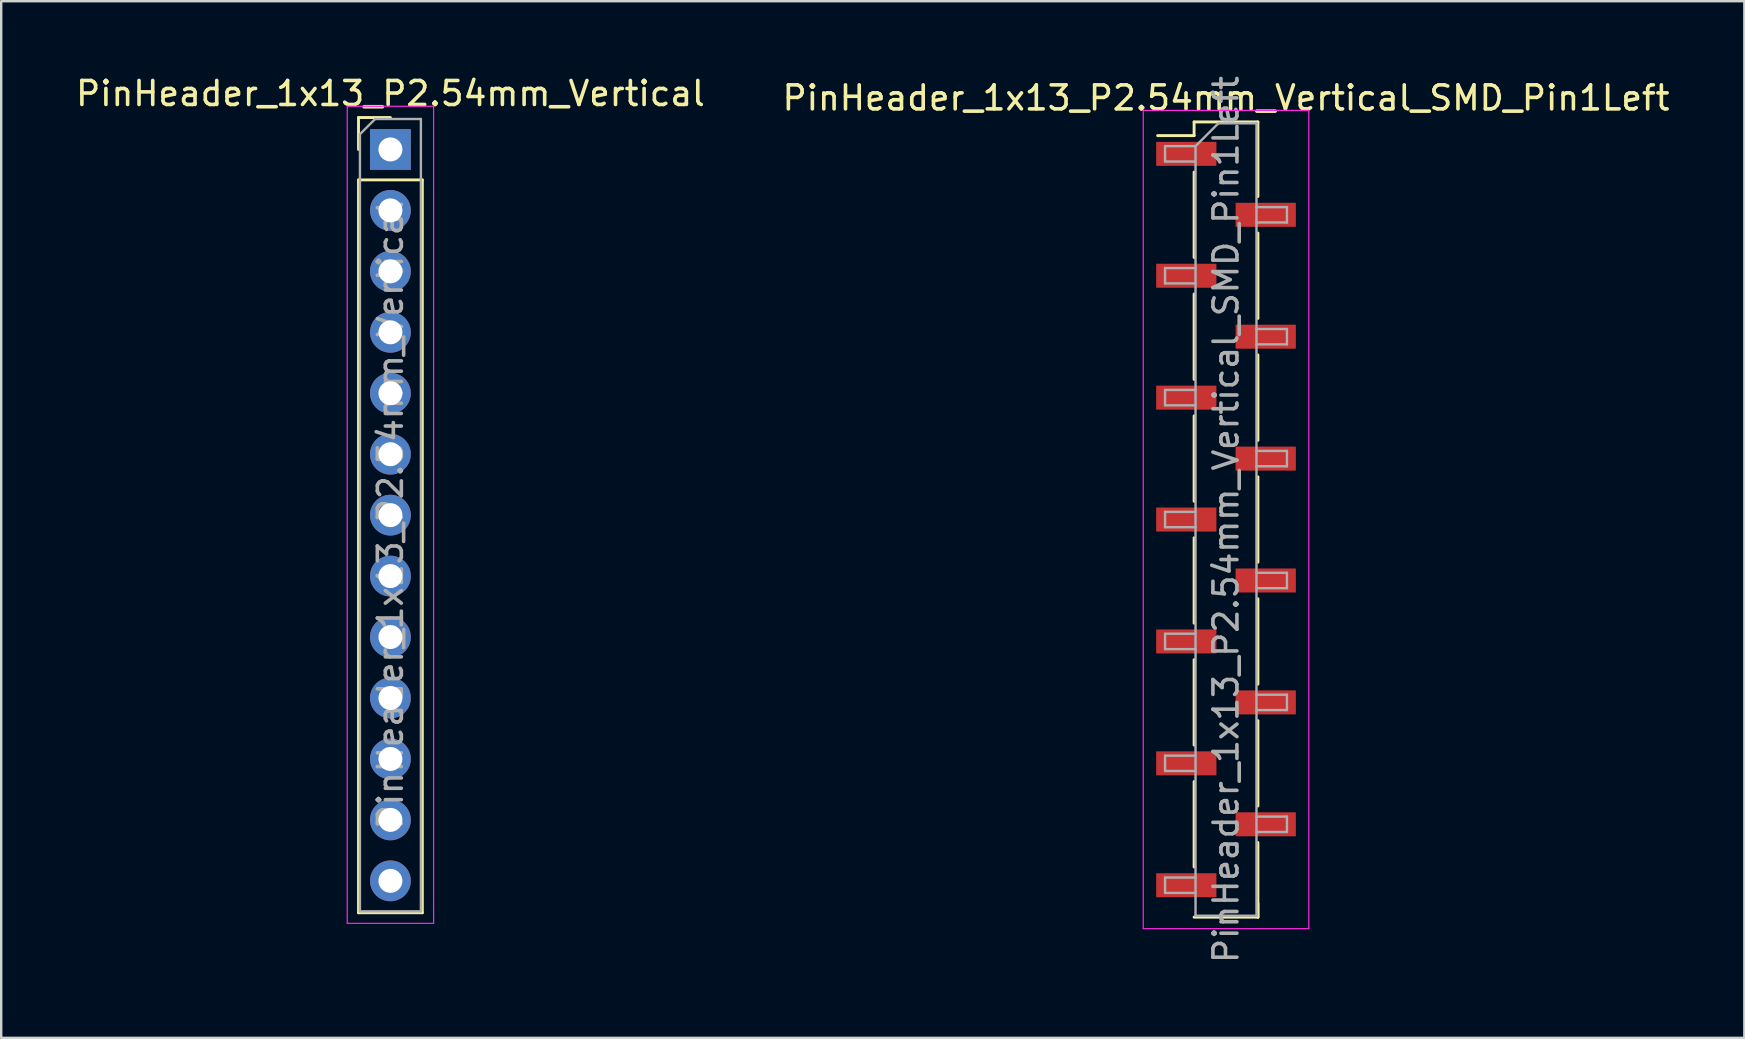
<source format=kicad_pcb>
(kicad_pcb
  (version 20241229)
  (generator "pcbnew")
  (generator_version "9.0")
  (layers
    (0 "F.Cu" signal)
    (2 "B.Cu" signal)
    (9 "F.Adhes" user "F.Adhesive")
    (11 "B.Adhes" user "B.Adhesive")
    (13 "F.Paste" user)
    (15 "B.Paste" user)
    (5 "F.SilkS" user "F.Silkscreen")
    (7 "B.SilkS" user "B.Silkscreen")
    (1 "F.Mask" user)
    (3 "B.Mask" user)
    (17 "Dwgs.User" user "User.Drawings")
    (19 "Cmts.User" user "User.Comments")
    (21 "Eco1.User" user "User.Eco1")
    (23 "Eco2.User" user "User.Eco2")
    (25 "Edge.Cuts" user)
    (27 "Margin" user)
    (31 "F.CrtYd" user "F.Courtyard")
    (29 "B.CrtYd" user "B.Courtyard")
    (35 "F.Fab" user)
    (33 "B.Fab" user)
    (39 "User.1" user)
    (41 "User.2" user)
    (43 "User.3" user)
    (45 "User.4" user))
  (footprint "PinHeader_1x13_P2.54mm_Vertical_SMD_Pin1Left"
    (layer "F.Cu")
    (at 48.042 18.601)
    (property "Reference" "PinHeader_1x13_P2.54mm_Vertical_SMD_Pin1Left" (at 0 -17.57 0) (layer "F.SilkS") (effects (font (size 1 1) (thickness 0.15))))
    (attr smd)
    (fp_line (start -1.33 -16.57) (end -1.33 -16) (stroke (width 0.12) (type solid)) (layer "F.SilkS"))
    (fp_line (start -1.33 -16.57) (end 1.33 -16.57) (stroke (width 0.12) (type solid)) (layer "F.SilkS"))
    (fp_line (start -1.33 -16) (end -2.85 -16) (stroke (width 0.12) (type solid)) (layer "F.SilkS"))
    (fp_line (start -1.33 -14.48) (end -1.33 -10.92) (stroke (width 0.12) (type solid)) (layer "F.SilkS"))
    (fp_line (start -1.33 -9.4) (end -1.33 -5.84) (stroke (width 0.12) (type solid)) (layer "F.SilkS"))
    (fp_line (start -1.33 -4.32) (end -1.33 -0.76) (stroke (width 0.12) (type solid)) (layer "F.SilkS"))
    (fp_line (start -1.33 0.76) (end -1.33 4.32) (stroke (width 0.12) (type solid)) (layer "F.SilkS"))
    (fp_line (start -1.33 5.84) (end -1.33 9.4) (stroke (width 0.12) (type solid)) (layer "F.SilkS"))
    (fp_line (start -1.33 10.92) (end -1.33 14.48) (stroke (width 0.12) (type solid)) (layer "F.SilkS"))
    (fp_line (start -1.33 16.57) (end 1.33 16.57) (stroke (width 0.12) (type solid)) (layer "F.SilkS"))
    (fp_line (start 1.33 -16.57) (end 1.33 -13.46) (stroke (width 0.12) (type solid)) (layer "F.SilkS"))
    (fp_line (start 1.33 -11.94) (end 1.33 -8.38) (stroke (width 0.12) (type solid)) (layer "F.SilkS"))
    (fp_line (start 1.33 -6.86) (end 1.33 -3.3) (stroke (width 0.12) (type solid)) (layer "F.SilkS"))
    (fp_line (start 1.33 -1.78) (end 1.33 1.78) (stroke (width 0.12) (type solid)) (layer "F.SilkS"))
    (fp_line (start 1.33 3.3) (end 1.33 6.86) (stroke (width 0.12) (type solid)) (layer "F.SilkS"))
    (fp_line (start 1.33 8.38) (end 1.33 11.94) (stroke (width 0.12) (type solid)) (layer "F.SilkS"))
    (fp_line (start 1.33 13.46) (end 1.33 16.57) (stroke (width 0.12) (type solid)) (layer "F.SilkS"))
    (fp_line (start 1.33 16) (end 1.33 16.57) (stroke (width 0.12) (type solid)) (layer "F.SilkS"))
    (fp_line (start -3.45 -17.05) (end -3.45 17.05) (stroke (width 0.05) (type solid)) (layer "F.CrtYd"))
    (fp_line (start -3.45 17.05) (end 3.45 17.05) (stroke (width 0.05) (type solid)) (layer "F.CrtYd"))
    (fp_line (start 3.45 -17.05) (end -3.45 -17.05) (stroke (width 0.05) (type solid)) (layer "F.CrtYd"))
    (fp_line (start 3.45 17.05) (end 3.45 -17.05) (stroke (width 0.05) (type solid)) (layer "F.CrtYd"))
    (fp_line (start -2.54 -15.56) (end -2.54 -14.92) (stroke (width 0.1) (type solid)) (layer "F.Fab"))
    (fp_line (start -2.54 -14.92) (end -1.27 -14.92) (stroke (width 0.1) (type solid)) (layer "F.Fab"))
    (fp_line (start -2.54 -10.48) (end -2.54 -9.84) (stroke (width 0.1) (type solid)) (layer "F.Fab"))
    (fp_line (start -2.54 -9.84) (end -1.27 -9.84) (stroke (width 0.1) (type solid)) (layer "F.Fab"))
    (fp_line (start -2.54 -5.4) (end -2.54 -4.76) (stroke (width 0.1) (type solid)) (layer "F.Fab"))
    (fp_line (start -2.54 -4.76) (end -1.27 -4.76) (stroke (width 0.1) (type solid)) (layer "F.Fab"))
    (fp_line (start -2.54 -0.32) (end -2.54 0.32) (stroke (width 0.1) (type solid)) (layer "F.Fab"))
    (fp_line (start -2.54 0.32) (end -1.27 0.32) (stroke (width 0.1) (type solid)) (layer "F.Fab"))
    (fp_line (start -2.54 4.76) (end -2.54 5.4) (stroke (width 0.1) (type solid)) (layer "F.Fab"))
    (fp_line (start -2.54 5.4) (end -1.27 5.4) (stroke (width 0.1) (type solid)) (layer "F.Fab"))
    (fp_line (start -2.54 9.84) (end -2.54 10.48) (stroke (width 0.1) (type solid)) (layer "F.Fab"))
    (fp_line (start -2.54 10.48) (end -1.27 10.48) (stroke (width 0.1) (type solid)) (layer "F.Fab"))
    (fp_line (start -2.54 14.92) (end -2.54 15.56) (stroke (width 0.1) (type solid)) (layer "F.Fab"))
    (fp_line (start -2.54 15.56) (end -1.27 15.56) (stroke (width 0.1) (type solid)) (layer "F.Fab"))
    (fp_line (start -1.27 -15.56) (end -2.54 -15.56) (stroke (width 0.1) (type solid)) (layer "F.Fab"))
    (fp_line (start -1.27 -15.56) (end -0.32 -16.51) (stroke (width 0.1) (type solid)) (layer "F.Fab"))
    (fp_line (start -1.27 -10.48) (end -2.54 -10.48) (stroke (width 0.1) (type solid)) (layer "F.Fab"))
    (fp_line (start -1.27 -5.4) (end -2.54 -5.4) (stroke (width 0.1) (type solid)) (layer "F.Fab"))
    (fp_line (start -1.27 -0.32) (end -2.54 -0.32) (stroke (width 0.1) (type solid)) (layer "F.Fab"))
    (fp_line (start -1.27 4.76) (end -2.54 4.76) (stroke (width 0.1) (type solid)) (layer "F.Fab"))
    (fp_line (start -1.27 9.84) (end -2.54 9.84) (stroke (width 0.1) (type solid)) (layer "F.Fab"))
    (fp_line (start -1.27 14.92) (end -2.54 14.92) (stroke (width 0.1) (type solid)) (layer "F.Fab"))
    (fp_line (start -1.27 16.51) (end -1.27 -15.56) (stroke (width 0.1) (type solid)) (layer "F.Fab"))
    (fp_line (start -0.32 -16.51) (end 1.27 -16.51) (stroke (width 0.1) (type solid)) (layer "F.Fab"))
    (fp_line (start 1.27 -16.51) (end 1.27 16.51) (stroke (width 0.1) (type solid)) (layer "F.Fab"))
    (fp_line (start 1.27 -13.02) (end 2.54 -13.02) (stroke (width 0.1) (type solid)) (layer "F.Fab"))
    (fp_line (start 1.27 -7.94) (end 2.54 -7.94) (stroke (width 0.1) (type solid)) (layer "F.Fab"))
    (fp_line (start 1.27 -2.86) (end 2.54 -2.86) (stroke (width 0.1) (type solid)) (layer "F.Fab"))
    (fp_line (start 1.27 2.22) (end 2.54 2.22) (stroke (width 0.1) (type solid)) (layer "F.Fab"))
    (fp_line (start 1.27 7.3) (end 2.54 7.3) (stroke (width 0.1) (type solid)) (layer "F.Fab"))
    (fp_line (start 1.27 12.38) (end 2.54 12.38) (stroke (width 0.1) (type solid)) (layer "F.Fab"))
    (fp_line (start 1.27 16.51) (end -1.27 16.51) (stroke (width 0.1) (type solid)) (layer "F.Fab"))
    (fp_line (start 2.54 -13.02) (end 2.54 -12.38) (stroke (width 0.1) (type solid)) (layer "F.Fab"))
    (fp_line (start 2.54 -12.38) (end 1.27 -12.38) (stroke (width 0.1) (type solid)) (layer "F.Fab"))
    (fp_line (start 2.54 -7.94) (end 2.54 -7.3) (stroke (width 0.1) (type solid)) (layer "F.Fab"))
    (fp_line (start 2.54 -7.3) (end 1.27 -7.3) (stroke (width 0.1) (type solid)) (layer "F.Fab"))
    (fp_line (start 2.54 -2.86) (end 2.54 -2.22) (stroke (width 0.1) (type solid)) (layer "F.Fab"))
    (fp_line (start 2.54 -2.22) (end 1.27 -2.22) (stroke (width 0.1) (type solid)) (layer "F.Fab"))
    (fp_line (start 2.54 2.22) (end 2.54 2.86) (stroke (width 0.1) (type solid)) (layer "F.Fab"))
    (fp_line (start 2.54 2.86) (end 1.27 2.86) (stroke (width 0.1) (type solid)) (layer "F.Fab"))
    (fp_line (start 2.54 7.3) (end 2.54 7.94) (stroke (width 0.1) (type solid)) (layer "F.Fab"))
    (fp_line (start 2.54 7.94) (end 1.27 7.94) (stroke (width 0.1) (type solid)) (layer "F.Fab"))
    (fp_line (start 2.54 12.38) (end 2.54 13.02) (stroke (width 0.1) (type solid)) (layer "F.Fab"))
    (fp_line (start 2.54 13.02) (end 1.27 13.02) (stroke (width 0.1) (type solid)) (layer "F.Fab"))
    (fp_text user "${REFERENCE}" (at 0 0 90) (layer "F.Fab") (effects (font (size 1 1) (thickness 0.15))))
    (pad "1" smd rect (at -1.655 -15.24) (size 2.51 1) (layers "F.Cu" "F.Mask" "F.Paste"))
    (pad "2" smd rect (at 1.655 -12.7) (size 2.51 1) (layers "F.Cu" "F.Mask" "F.Paste"))
    (pad "3" smd rect (at -1.655 -10.16) (size 2.51 1) (layers "F.Cu" "F.Mask" "F.Paste"))
    (pad "4" smd rect (at 1.655 -7.62) (size 2.51 1) (layers "F.Cu" "F.Mask" "F.Paste"))
    (pad "5" smd rect (at -1.655 -5.08) (size 2.51 1) (layers "F.Cu" "F.Mask" "F.Paste"))
    (pad "6" smd rect (at 1.655 -2.54) (size 2.51 1) (layers "F.Cu" "F.Mask" "F.Paste"))
    (pad "7" smd rect (at -1.655 0) (size 2.51 1) (layers "F.Cu" "F.Mask" "F.Paste"))
    (pad "8" smd rect (at 1.655 2.54) (size 2.51 1) (layers "F.Cu" "F.Mask" "F.Paste"))
    (pad "9" smd rect (at -1.655 5.08) (size 2.51 1) (layers "F.Cu" "F.Mask" "F.Paste"))
    (pad "10" smd rect (at 1.655 7.62) (size 2.51 1) (layers "F.Cu" "F.Mask" "F.Paste"))
    (pad "11" smd rect (at -1.655 10.16) (size 2.51 1) (layers "F.Cu" "F.Mask" "F.Paste"))
    (pad "12" smd rect (at 1.655 12.7) (size 2.51 1) (layers "F.Cu" "F.Mask" "F.Paste"))
    (pad "13" smd rect (at -1.655 15.24) (size 2.51 1) (layers "F.Cu" "F.Mask" "F.Paste")))
  (footprint "PinHeader_1x13_P2.54mm_Vertical"
    (layer "F.Cu")
    (at 13.22 3.178)
    (property "Reference" "PinHeader_1x13_P2.54mm_Vertical" (at 0 -2.33 0) (layer "F.SilkS") (effects (font (size 1 1) (thickness 0.15))))
    (attr through_hole)
    (fp_line (start -1.33 -1.33) (end 0 -1.33) (stroke (width 0.12) (type solid)) (layer "F.SilkS"))
    (fp_line (start -1.33 0) (end -1.33 -1.33) (stroke (width 0.12) (type solid)) (layer "F.SilkS"))
    (fp_line (start -1.33 1.27) (end -1.33 31.81) (stroke (width 0.12) (type solid)) (layer "F.SilkS"))
    (fp_line (start -1.33 1.27) (end 1.33 1.27) (stroke (width 0.12) (type solid)) (layer "F.SilkS"))
    (fp_line (start -1.33 31.81) (end 1.33 31.81) (stroke (width 0.12) (type solid)) (layer "F.SilkS"))
    (fp_line (start 1.33 1.27) (end 1.33 31.81) (stroke (width 0.12) (type solid)) (layer "F.SilkS"))
    (fp_line (start -1.8 -1.8) (end -1.8 32.25) (stroke (width 0.05) (type solid)) (layer "F.CrtYd"))
    (fp_line (start -1.8 32.25) (end 1.8 32.25) (stroke (width 0.05) (type solid)) (layer "F.CrtYd"))
    (fp_line (start 1.8 -1.8) (end -1.8 -1.8) (stroke (width 0.05) (type solid)) (layer "F.CrtYd"))
    (fp_line (start 1.8 32.25) (end 1.8 -1.8) (stroke (width 0.05) (type solid)) (layer "F.CrtYd"))
    (fp_line (start -1.27 -0.635) (end -0.635 -1.27) (stroke (width 0.1) (type solid)) (layer "F.Fab"))
    (fp_line (start -1.27 31.75) (end -1.27 -0.635) (stroke (width 0.1) (type solid)) (layer "F.Fab"))
    (fp_line (start -0.635 -1.27) (end 1.27 -1.27) (stroke (width 0.1) (type solid)) (layer "F.Fab"))
    (fp_line (start 1.27 -1.27) (end 1.27 31.75) (stroke (width 0.1) (type solid)) (layer "F.Fab"))
    (fp_line (start 1.27 31.75) (end -1.27 31.75) (stroke (width 0.1) (type solid)) (layer "F.Fab"))
    (fp_text user "${REFERENCE}" (at 0 15.24 90) (layer "F.Fab") (effects (font (size 1 1) (thickness 0.15))))
    (pad "1" thru_hole rect (at 0 0) (size 1.7 1.7) (drill 1) (layers "*.Cu" "*.Mask"))
    (pad "2" thru_hole oval (at 0 2.54) (size 1.7 1.7) (drill 1) (layers "*.Cu" "*.Mask"))
    (pad "3" thru_hole oval (at 0 5.08) (size 1.7 1.7) (drill 1) (layers "*.Cu" "*.Mask"))
    (pad "4" thru_hole oval (at 0 7.62) (size 1.7 1.7) (drill 1) (layers "*.Cu" "*.Mask"))
    (pad "5" thru_hole oval (at 0 10.16) (size 1.7 1.7) (drill 1) (layers "*.Cu" "*.Mask"))
    (pad "6" thru_hole oval (at 0 12.7) (size 1.7 1.7) (drill 1) (layers "*.Cu" "*.Mask"))
    (pad "7" thru_hole oval (at 0 15.24) (size 1.7 1.7) (drill 1) (layers "*.Cu" "*.Mask"))
    (pad "8" thru_hole oval (at 0 17.78) (size 1.7 1.7) (drill 1) (layers "*.Cu" "*.Mask"))
    (pad "9" thru_hole oval (at 0 20.32) (size 1.7 1.7) (drill 1) (layers "*.Cu" "*.Mask"))
    (pad "10" thru_hole oval (at 0 22.86) (size 1.7 1.7) (drill 1) (layers "*.Cu" "*.Mask"))
    (pad "11" thru_hole oval (at 0 25.4) (size 1.7 1.7) (drill 1) (layers "*.Cu" "*.Mask"))
    (pad "12" thru_hole oval (at 0 27.94) (size 1.7 1.7) (drill 1) (layers "*.Cu" "*.Mask"))
    (pad "13" thru_hole oval (at 0 30.48) (size 1.7 1.7) (drill 1) (layers "*.Cu" "*.Mask")))
  (gr_rect
    (start -3 -3)
    (end 69.643 40.202)
    (stroke (width 0.1) (type default))
    (fill no)
    (layer "Edge.Cuts")))
</source>
